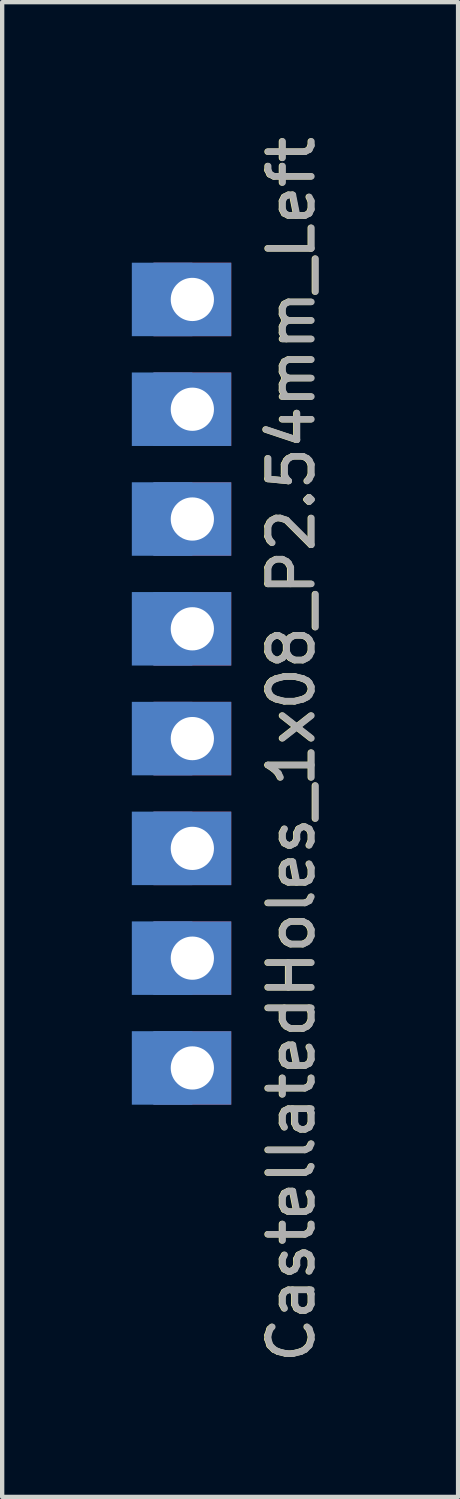
<source format=kicad_pcb>
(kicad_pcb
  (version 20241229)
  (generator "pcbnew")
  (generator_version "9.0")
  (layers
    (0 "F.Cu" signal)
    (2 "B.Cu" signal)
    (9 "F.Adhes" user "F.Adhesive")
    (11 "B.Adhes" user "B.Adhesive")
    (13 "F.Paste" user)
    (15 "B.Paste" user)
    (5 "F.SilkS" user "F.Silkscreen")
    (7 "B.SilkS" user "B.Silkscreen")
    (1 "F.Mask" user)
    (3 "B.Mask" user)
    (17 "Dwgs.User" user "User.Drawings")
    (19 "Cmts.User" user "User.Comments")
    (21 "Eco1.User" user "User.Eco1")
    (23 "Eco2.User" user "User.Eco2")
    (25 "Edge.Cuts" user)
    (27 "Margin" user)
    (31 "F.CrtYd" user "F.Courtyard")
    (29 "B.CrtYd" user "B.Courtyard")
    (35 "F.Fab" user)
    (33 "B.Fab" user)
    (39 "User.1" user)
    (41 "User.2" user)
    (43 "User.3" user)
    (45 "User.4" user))
  (footprint "CastellatedHoles_1x08_P2.54mm_Left"
    (layer "F.Cu")
    (at 1.4 3.878)
    (property "Reference" "CastellatedHoles_1x08_P2.54mm_Left" (at 2.286 10.414 90) (layer "F.SilkS") (effects (font (size 1 1) (thickness 0.15))))
    (attr exclude_from_pos_files exclude_from_bom)
    (fp_text user "${REFERENCE}" (at 2.3 10.414 90) (layer "F.Fab") (effects (font (size 1 1) (thickness 0.15))))
    (pad "1" smd rect (at -0.7 0) (size 1.4 1.7) (layers "B.Cu" "B.Mask"))
    (pad "1" thru_hole rect (at 0 0) (size 1.8 1.7) (drill 1) (property pad_prop_castellated) (layers "*.Cu" "*.Mask") (remove_unused_layers yes) (keep_end_layers yes) (zone_layer_connections))
    (pad "2" smd rect (at -0.7 2.54) (size 1.4 1.7) (layers "B.Cu" "B.Mask"))
    (pad "2" thru_hole rect (at 0 2.54) (size 1.8 1.7) (drill 1) (property pad_prop_castellated) (layers "*.Cu" "*.Mask") (remove_unused_layers yes) (keep_end_layers yes) (zone_layer_connections))
    (pad "3" smd rect (at -0.7 5.08) (size 1.4 1.7) (layers "B.Cu" "B.Mask"))
    (pad "3" thru_hole rect (at 0 5.08) (size 1.8 1.7) (drill 1) (property pad_prop_castellated) (layers "*.Cu" "*.Mask") (remove_unused_layers yes) (keep_end_layers yes) (zone_layer_connections))
    (pad "4" smd rect (at -0.7 7.62) (size 1.4 1.7) (layers "B.Cu" "B.Mask"))
    (pad "4" thru_hole rect (at 0 7.62) (size 1.8 1.7) (drill 1) (property pad_prop_castellated) (layers "*.Cu" "*.Mask") (remove_unused_layers yes) (keep_end_layers yes) (zone_layer_connections))
    (pad "5" smd rect (at -0.7 10.16) (size 1.4 1.7) (layers "B.Cu" "B.Mask"))
    (pad "5" thru_hole rect (at 0 10.16) (size 1.8 1.7) (drill 1) (property pad_prop_castellated) (layers "*.Cu" "*.Mask") (remove_unused_layers yes) (keep_end_layers yes) (zone_layer_connections))
    (pad "6" smd rect (at -0.7 12.7) (size 1.4 1.7) (layers "B.Cu" "B.Mask"))
    (pad "6" thru_hole rect (at 0 12.7) (size 1.8 1.7) (drill 1) (property pad_prop_castellated) (layers "*.Cu" "*.Mask") (remove_unused_layers yes) (keep_end_layers yes) (zone_layer_connections))
    (pad "7" smd rect (at -0.7 15.24) (size 1.4 1.7) (layers "B.Cu" "B.Mask"))
    (pad "7" thru_hole rect (at 0 15.24) (size 1.8 1.7) (drill 1) (property pad_prop_castellated) (layers "*.Cu" "*.Mask") (remove_unused_layers yes) (keep_end_layers yes) (zone_layer_connections))
    (pad "8" smd rect (at -0.7 17.78) (size 1.4 1.7) (layers "B.Cu" "B.Mask"))
    (pad "8" thru_hole rect (at 0 17.78) (size 1.8 1.7) (drill 1) (property pad_prop_castellated) (layers "*.Cu" "*.Mask") (remove_unused_layers yes) (keep_end_layers yes) (zone_layer_connections)))
  (gr_rect
    (start -3 -3)
    (end 7.548 31.583)
    (stroke (width 0.1) (type default))
    (fill no)
    (layer "Edge.Cuts")))
</source>
